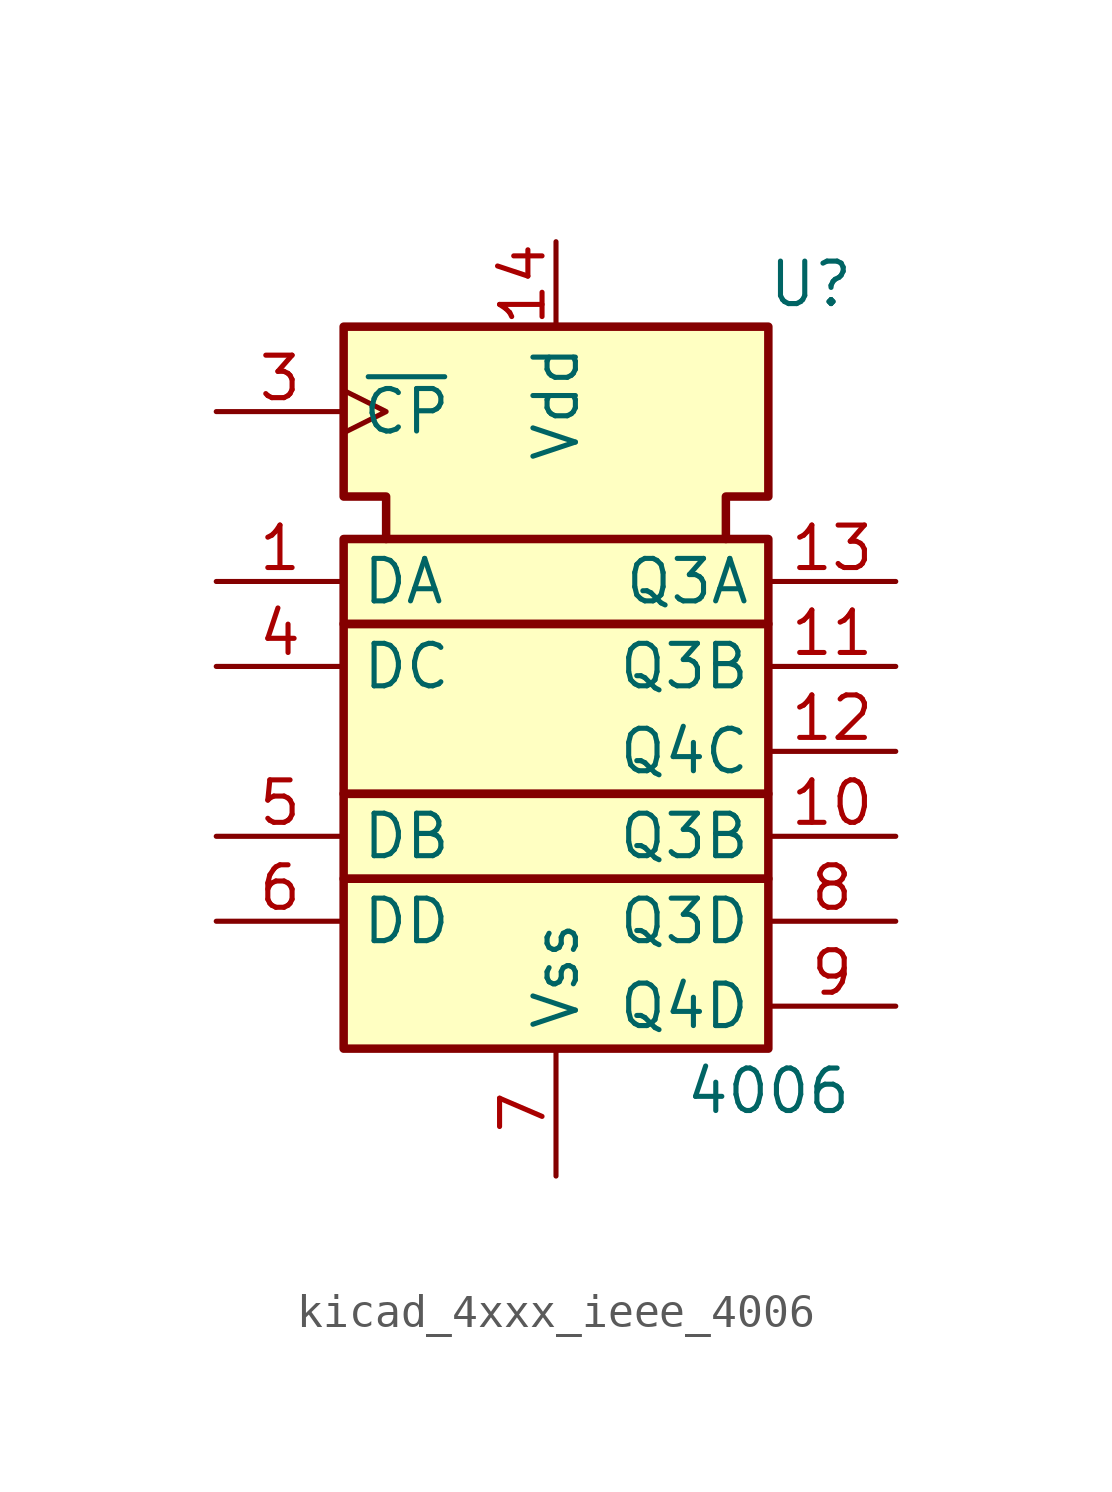
<source format=kicad_sym>
(kicad_symbol_lib
  (version 20220914)
  (generator kicad_symbol_editor)
  (symbol "kicad_4xxx_ieee_4006"
    (property "Reference" "U"
      (at 7.62 8.89 0)
      (effects (font (size 1.27 1.27))))
    (property "Value" "4006"
      (at 6.35 -15.24 0)
      (effects (font (size 1.27 1.27))))
    (symbol "kicad_4xxx_ieee_4006_0_0"
      (rectangle (start -6.35 -8.89) (end 6.35 -13.97) (stroke (width 0.254) (type default)) (fill (type background)))
      (rectangle (start -6.35 -6.35) (end 6.35 -8.89) (stroke (width 0.254) (type default)) (fill (type background)))
      (rectangle (start -6.35 -1.27) (end 6.35 -6.35) (stroke (width 0.254) (type default)) (fill (type background)))
      (rectangle (start -6.35 1.27) (end 6.35 -1.27) (stroke (width 0.254) (type default)) (fill (type background)))
      (polyline (pts (xy -5.08 1.27) (xy -5.08 2.54) (xy -6.35 2.54) (xy -6.35 7.62) (xy 6.35 7.62) (xy 6.35 2.54) (xy 5.08 2.54) (xy 5.08 1.27) (xy 5.08 1.27)) (stroke (width 0.254) (type default)) (fill (type background))))
    (symbol "kicad_4xxx_ieee_4006_0_1"
      (pin power_in line (at 0 10.16 270) (length 2.54) (name "Vdd" (effects (font (size 1.27 1.27)))) (number "14" (effects (font (size 1.27 1.27)))))
      (pin power_in line (at 0 -17.78 90) (length 3.81) (name "Vss" (effects (font (size 1.27 1.27)))) (number "7" (effects (font (size 1.27 1.27))))))
    (symbol "kicad_4xxx_ieee_4006_1_1"
      (pin input line (at -10.16 0 0) (length 3.81) (name "DA" (effects (font (size 1.27 1.27)))) (number "1" (effects (font (size 1.27 1.27)))))
      (pin output line (at 10.16 -7.62 180) (length 3.81) (name "Q3B" (effects (font (size 1.27 1.27)))) (number "10" (effects (font (size 1.27 1.27)))))
      (pin output line (at 10.16 -2.54 180) (length 3.81) (name "Q3B" (effects (font (size 1.27 1.27)))) (number "11" (effects (font (size 1.27 1.27)))))
      (pin output line (at 10.16 -5.08 180) (length 3.81) (name "Q4C" (effects (font (size 1.27 1.27)))) (number "12" (effects (font (size 1.27 1.27)))))
      (pin output line (at 10.16 0 180) (length 3.81) (name "Q3A" (effects (font (size 1.27 1.27)))) (number "13" (effects (font (size 1.27 1.27)))))
      (pin input clock (at -10.16 5.08 0) (length 3.81) (name "~{CP}" (effects (font (size 1.27 1.27)))) (number "3" (effects (font (size 1.27 1.27)))))
      (pin input line (at -10.16 -2.54 0) (length 3.81) (name "DC" (effects (font (size 1.27 1.27)))) (number "4" (effects (font (size 1.27 1.27)))))
      (pin input line (at -10.16 -7.62 0) (length 3.81) (name "DB" (effects (font (size 1.27 1.27)))) (number "5" (effects (font (size 1.27 1.27)))))
      (pin input line (at -10.16 -10.16 0) (length 3.81) (name "DD" (effects (font (size 1.27 1.27)))) (number "6" (effects (font (size 1.27 1.27)))))
      (pin output line (at 10.16 -10.16 180) (length 3.81) (name "Q3D" (effects (font (size 1.27 1.27)))) (number "8" (effects (font (size 1.27 1.27)))))
      (pin output line (at 10.16 -12.7 180) (length 3.81) (name "Q4D" (effects (font (size 1.27 1.27)))) (number "9" (effects (font (size 1.27 1.27))))))))
</source>
